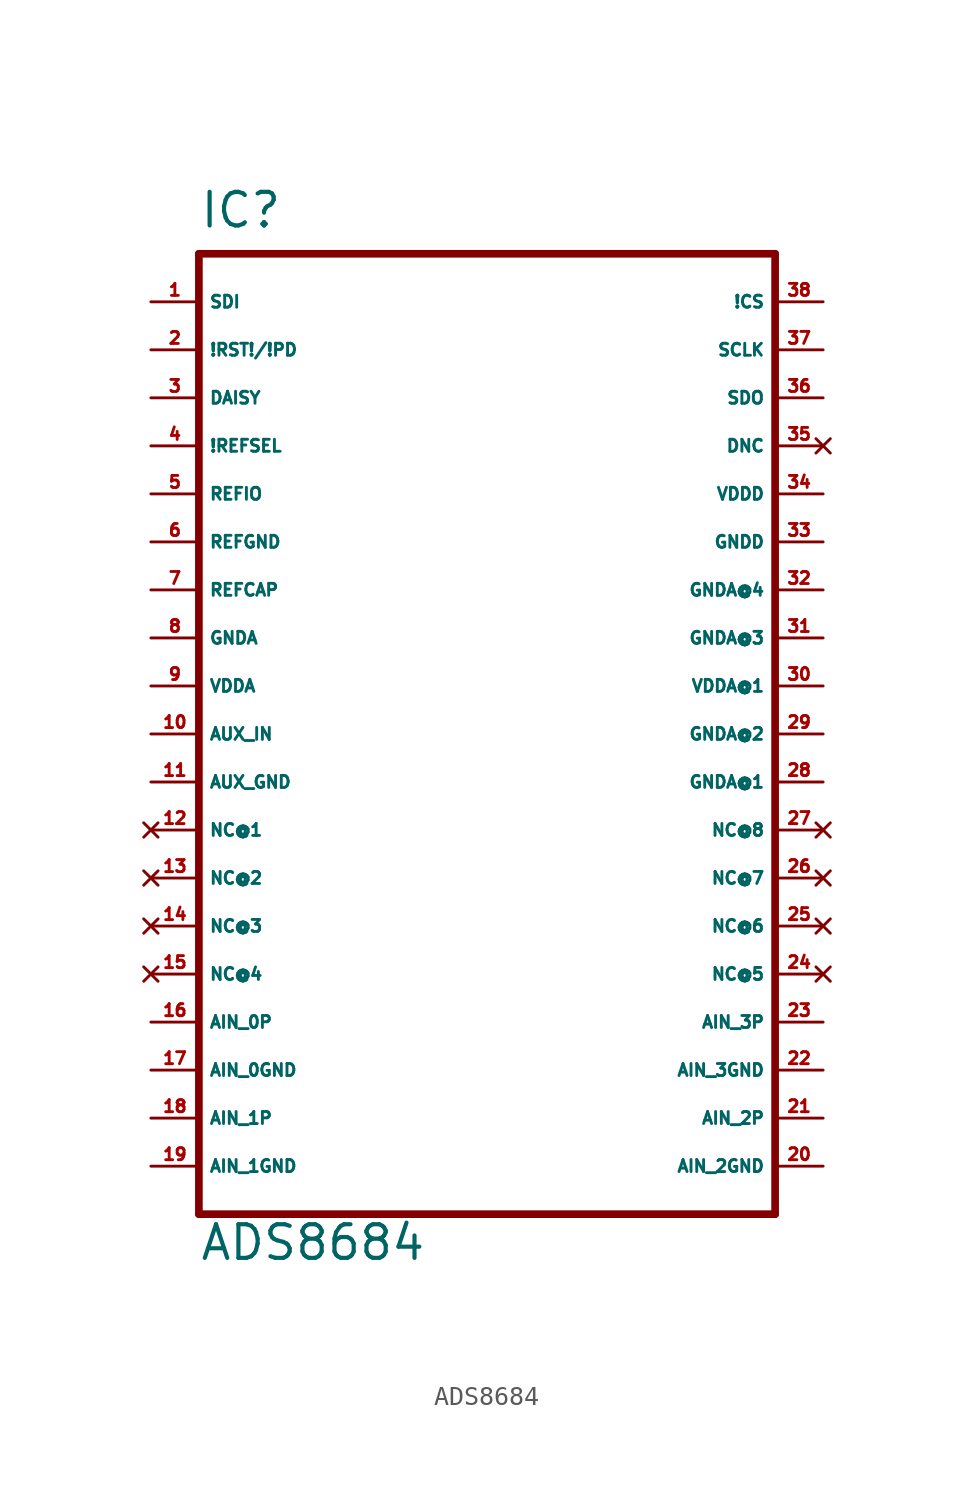
<source format=kicad_sym>
(kicad_symbol_lib
  (version 20220914)
  (generator Eagle2Kicad)
  (symbol "ADS8684"
    (property "Reference" "IC"
      (at -15.24 26.67 0)
      (effects (font (size 1.778 1.778) (thickness 0.22)) (justify left bottom)))
    (property "Value" "ADS8684"
      (at -15.24 -27.94 0)
      (effects (font (size 1.778 1.778) (thickness 0.22)) (justify left bottom)))
    (polyline
      (pts (xy -15.24 25.4) (xy 15.24 25.4))
      (stroke (width 0.406) (type default))
      (fill (type none)))
    (polyline
      (pts (xy 15.24 25.4) (xy 15.24 -25.4))
      (stroke (width 0.406) (type default))
      (fill (type none)))
    (polyline
      (pts (xy 15.24 -25.4) (xy -15.24 -25.4))
      (stroke (width 0.406) (type default))
      (fill (type none)))
    (polyline
      (pts (xy -15.24 -25.4) (xy -15.24 25.4))
      (stroke (width 0.406) (type default))
      (fill (type none)))
    (pin unspecified line
      (at -17.78 5.08 0)
      (length 2.54)
      (name "GNDA" (effects (font (size 0.635 0.635) (thickness 0.08)) (justify left bottom)))
      (number "8" (effects (font (size 0.635 0.635) (thickness 0.08)) (justify left bottom))))
    (pin unspecified line
      (at -17.78 2.54 0)
      (length 2.54)
      (name "VDDA" (effects (font (size 0.635 0.635) (thickness 0.08)) (justify left bottom)))
      (number "9" (effects (font (size 0.635 0.635) (thickness 0.08)) (justify left bottom))))
    (pin input line
      (at -17.78 0 0)
      (length 2.54)
      (name "AUX_IN" (effects (font (size 0.635 0.635) (thickness 0.08)) (justify left bottom)))
      (number "10" (effects (font (size 0.635 0.635) (thickness 0.08)) (justify left bottom))))
    (pin no_connect line
      (at -17.78 -5.08 0)
      (length 2.54)
      (name "NC@1" (effects (font (size 0.635 0.635) (thickness 0.08)) (justify left bottom) hide))
      (number "12" (effects (font (size 0.635 0.635) (thickness 0.08)) (justify left bottom) hide)))
    (pin no_connect line
      (at -17.78 -7.62 0)
      (length 2.54)
      (name "NC@2" (effects (font (size 0.635 0.635) (thickness 0.08)) (justify left bottom) hide))
      (number "13" (effects (font (size 0.635 0.635) (thickness 0.08)) (justify left bottom) hide)))
    (pin no_connect line
      (at -17.78 -10.16 0)
      (length 2.54)
      (name "NC@3" (effects (font (size 0.635 0.635) (thickness 0.08)) (justify left bottom) hide))
      (number "14" (effects (font (size 0.635 0.635) (thickness 0.08)) (justify left bottom) hide)))
    (pin no_connect line
      (at -17.78 -12.7 0)
      (length 2.54)
      (name "NC@4" (effects (font (size 0.635 0.635) (thickness 0.08)) (justify left bottom) hide))
      (number "15" (effects (font (size 0.635 0.635) (thickness 0.08)) (justify left bottom) hide)))
    (pin input line
      (at -17.78 -15.24 0)
      (length 2.54)
      (name "AIN_0P" (effects (font (size 0.635 0.635) (thickness 0.08)) (justify left bottom)))
      (number "16" (effects (font (size 0.635 0.635) (thickness 0.08)) (justify left bottom))))
    (pin input line
      (at -17.78 -17.78 0)
      (length 2.54)
      (name "AIN_0GND" (effects (font (size 0.635 0.635) (thickness 0.08)) (justify left bottom)))
      (number "17" (effects (font (size 0.635 0.635) (thickness 0.08)) (justify left bottom))))
    (pin input line
      (at -17.78 -20.32 0)
      (length 2.54)
      (name "AIN_1P" (effects (font (size 0.635 0.635) (thickness 0.08)) (justify left bottom)))
      (number "18" (effects (font (size 0.635 0.635) (thickness 0.08)) (justify left bottom))))
    (pin input line
      (at -17.78 -22.86 0)
      (length 2.54)
      (name "AIN_1GND" (effects (font (size 0.635 0.635) (thickness 0.08)) (justify left bottom)))
      (number "19" (effects (font (size 0.635 0.635) (thickness 0.08)) (justify left bottom))))
    (pin input line
      (at 17.78 -20.32 180)
      (length 2.54)
      (name "AIN_2P" (effects (font (size 0.635 0.635) (thickness 0.08)) (justify left bottom)))
      (number "21" (effects (font (size 0.635 0.635) (thickness 0.08)) (justify left bottom))))
    (pin input line
      (at 17.78 -22.86 180)
      (length 2.54)
      (name "AIN_2GND" (effects (font (size 0.635 0.635) (thickness 0.08)) (justify left bottom)))
      (number "20" (effects (font (size 0.635 0.635) (thickness 0.08)) (justify left bottom))))
    (pin input line
      (at 17.78 -15.24 180)
      (length 2.54)
      (name "AIN_3P" (effects (font (size 0.635 0.635) (thickness 0.08)) (justify left bottom)))
      (number "23" (effects (font (size 0.635 0.635) (thickness 0.08)) (justify left bottom))))
    (pin input line
      (at 17.78 -17.78 180)
      (length 2.54)
      (name "AIN_3GND" (effects (font (size 0.635 0.635) (thickness 0.08)) (justify left bottom)))
      (number "22" (effects (font (size 0.635 0.635) (thickness 0.08)) (justify left bottom))))
    (pin no_connect line
      (at 17.78 -12.7 180)
      (length 2.54)
      (name "NC@5" (effects (font (size 0.635 0.635) (thickness 0.08)) (justify left bottom) hide))
      (number "24" (effects (font (size 0.635 0.635) (thickness 0.08)) (justify left bottom) hide)))
    (pin no_connect line
      (at 17.78 -10.16 180)
      (length 2.54)
      (name "NC@6" (effects (font (size 0.635 0.635) (thickness 0.08)) (justify left bottom) hide))
      (number "25" (effects (font (size 0.635 0.635) (thickness 0.08)) (justify left bottom) hide)))
    (pin no_connect line
      (at 17.78 -7.62 180)
      (length 2.54)
      (name "NC@7" (effects (font (size 0.635 0.635) (thickness 0.08)) (justify left bottom) hide))
      (number "26" (effects (font (size 0.635 0.635) (thickness 0.08)) (justify left bottom) hide)))
    (pin no_connect line
      (at 17.78 -5.08 180)
      (length 2.54)
      (name "NC@8" (effects (font (size 0.635 0.635) (thickness 0.08)) (justify left bottom) hide))
      (number "27" (effects (font (size 0.635 0.635) (thickness 0.08)) (justify left bottom) hide)))
    (pin unspecified line
      (at 17.78 10.16 180)
      (length 2.54)
      (name "GNDD" (effects (font (size 0.635 0.635) (thickness 0.08)) (justify left bottom)))
      (number "33" (effects (font (size 0.635 0.635) (thickness 0.08)) (justify left bottom))))
    (pin unspecified line
      (at 17.78 12.7 180)
      (length 2.54)
      (name "VDDD" (effects (font (size 0.635 0.635) (thickness 0.08)) (justify left bottom)))
      (number "34" (effects (font (size 0.635 0.635) (thickness 0.08)) (justify left bottom))))
    (pin no_connect line
      (at 17.78 15.24 180)
      (length 2.54)
      (name "DNC" (effects (font (size 0.635 0.635) (thickness 0.08)) (justify left bottom) hide))
      (number "35" (effects (font (size 0.635 0.635) (thickness 0.08)) (justify left bottom) hide)))
    (pin bidirectional line
      (at 17.78 17.78 180)
      (length 2.54)
      (name "SDO" (effects (font (size 0.635 0.635) (thickness 0.08)) (justify left bottom)))
      (number "36" (effects (font (size 0.635 0.635) (thickness 0.08)) (justify left bottom))))
    (pin input line
      (at 17.78 20.32 180)
      (length 2.54)
      (name "SCLK" (effects (font (size 0.635 0.635) (thickness 0.08)) (justify left bottom)))
      (number "37" (effects (font (size 0.635 0.635) (thickness 0.08)) (justify left bottom))))
    (pin input line
      (at 17.78 22.86 180)
      (length 2.54)
      (name "!CS" (effects (font (size 0.635 0.635) (thickness 0.08)) (justify left bottom)))
      (number "38" (effects (font (size 0.635 0.635) (thickness 0.08)) (justify left bottom))))
    (pin unspecified line
      (at 17.78 -2.54 180)
      (length 2.54)
      (name "GNDA@1" (effects (font (size 0.635 0.635) (thickness 0.08)) (justify left bottom)))
      (number "28" (effects (font (size 0.635 0.635) (thickness 0.08)) (justify left bottom))))
    (pin unspecified line
      (at 17.78 0 180)
      (length 2.54)
      (name "GNDA@2" (effects (font (size 0.635 0.635) (thickness 0.08)) (justify left bottom)))
      (number "29" (effects (font (size 0.635 0.635) (thickness 0.08)) (justify left bottom))))
    (pin unspecified line
      (at 17.78 2.54 180)
      (length 2.54)
      (name "VDDA@1" (effects (font (size 0.635 0.635) (thickness 0.08)) (justify left bottom)))
      (number "30" (effects (font (size 0.635 0.635) (thickness 0.08)) (justify left bottom))))
    (pin unspecified line
      (at 17.78 5.08 180)
      (length 2.54)
      (name "GNDA@3" (effects (font (size 0.635 0.635) (thickness 0.08)) (justify left bottom)))
      (number "31" (effects (font (size 0.635 0.635) (thickness 0.08)) (justify left bottom))))
    (pin unspecified line
      (at 17.78 7.62 180)
      (length 2.54)
      (name "GNDA@4" (effects (font (size 0.635 0.635) (thickness 0.08)) (justify left bottom)))
      (number "32" (effects (font (size 0.635 0.635) (thickness 0.08)) (justify left bottom))))
    (pin input line
      (at -17.78 22.86 0)
      (length 2.54)
      (name "SDI" (effects (font (size 0.635 0.635) (thickness 0.08)) (justify left bottom)))
      (number "1" (effects (font (size 0.635 0.635) (thickness 0.08)) (justify left bottom))))
    (pin input line
      (at -17.78 20.32 0)
      (length 2.54)
      (name "!RST!/!PD" (effects (font (size 0.635 0.635) (thickness 0.08)) (justify left bottom)))
      (number "2" (effects (font (size 0.635 0.635) (thickness 0.08)) (justify left bottom))))
    (pin input line
      (at -17.78 17.78 0)
      (length 2.54)
      (name "DAISY" (effects (font (size 0.635 0.635) (thickness 0.08)) (justify left bottom)))
      (number "3" (effects (font (size 0.635 0.635) (thickness 0.08)) (justify left bottom))))
    (pin input line
      (at -17.78 15.24 0)
      (length 2.54)
      (name "!REFSEL" (effects (font (size 0.635 0.635) (thickness 0.08)) (justify left bottom)))
      (number "4" (effects (font (size 0.635 0.635) (thickness 0.08)) (justify left bottom))))
    (pin bidirectional line
      (at -17.78 12.7 0)
      (length 2.54)
      (name "REFIO" (effects (font (size 0.635 0.635) (thickness 0.08)) (justify left bottom)))
      (number "5" (effects (font (size 0.635 0.635) (thickness 0.08)) (justify left bottom))))
    (pin unspecified line
      (at -17.78 10.16 0)
      (length 2.54)
      (name "REFGND" (effects (font (size 0.635 0.635) (thickness 0.08)) (justify left bottom)))
      (number "6" (effects (font (size 0.635 0.635) (thickness 0.08)) (justify left bottom))))
    (pin output line
      (at -17.78 7.62 0)
      (length 2.54)
      (name "REFCAP" (effects (font (size 0.635 0.635) (thickness 0.08)) (justify left bottom)))
      (number "7" (effects (font (size 0.635 0.635) (thickness 0.08)) (justify left bottom))))
    (pin input line
      (at -17.78 -2.54 0)
      (length 2.54)
      (name "AUX_GND" (effects (font (size 0.635 0.635) (thickness 0.08)) (justify left bottom)))
      (number "11" (effects (font (size 0.635 0.635) (thickness 0.08)) (justify left bottom))))))
</source>
